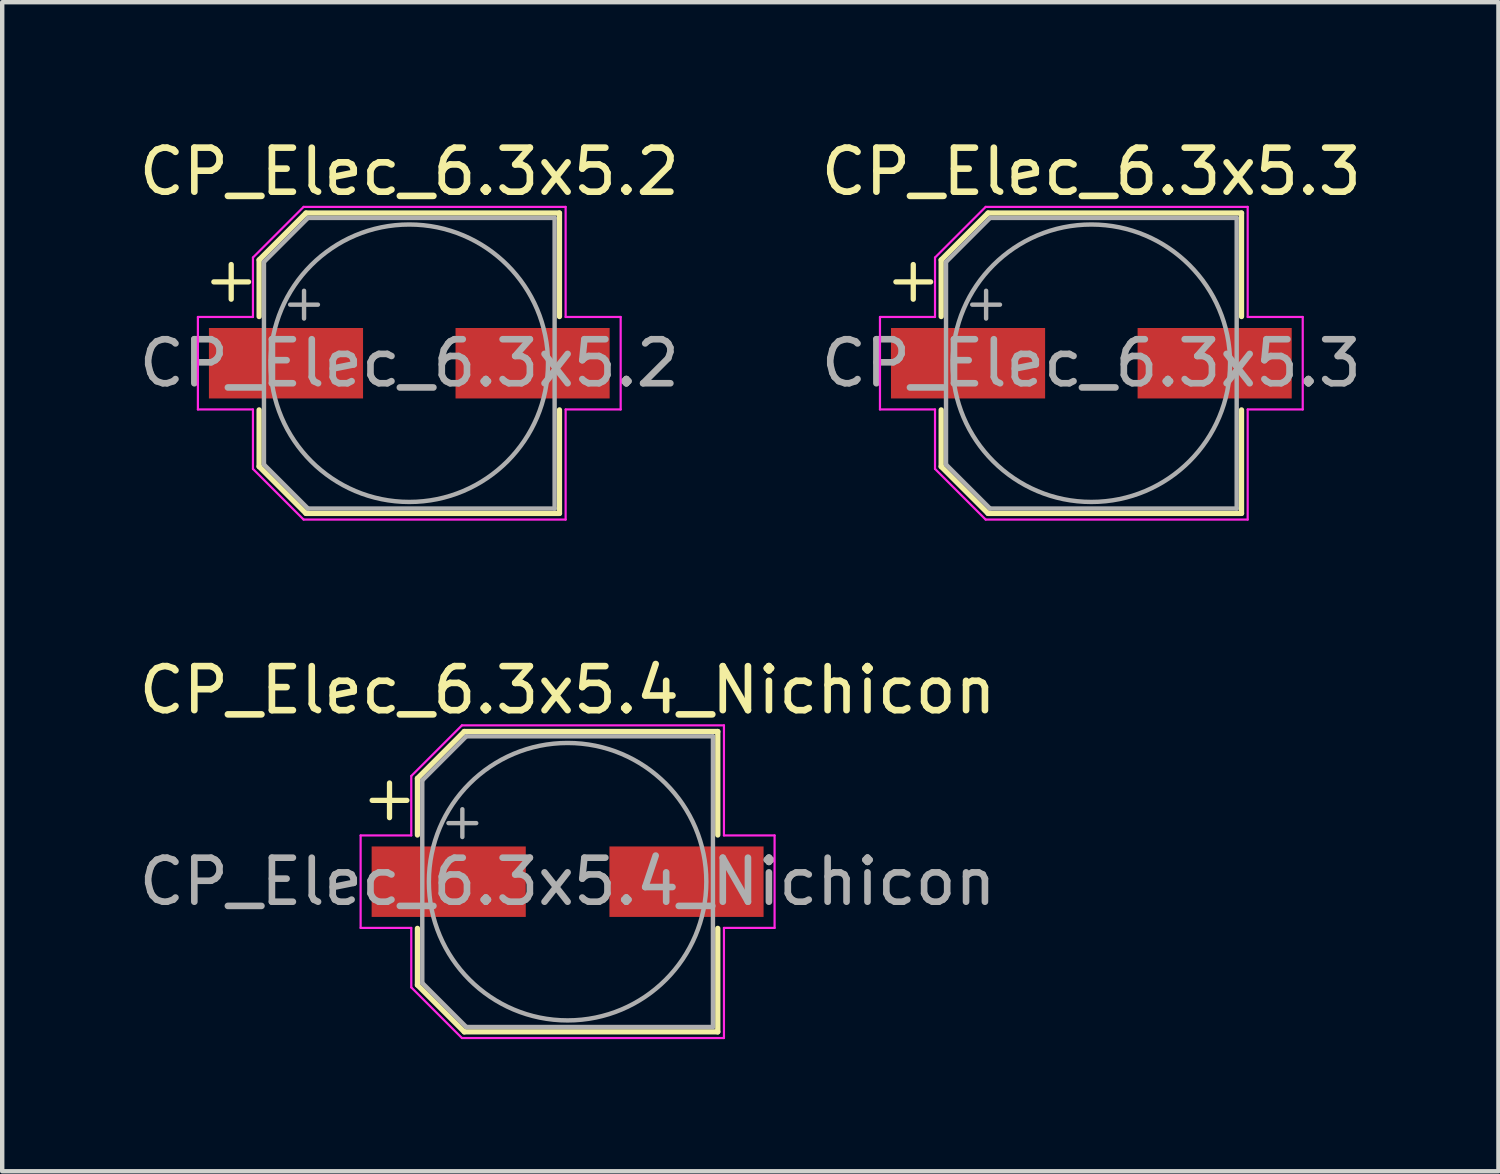
<source format=kicad_pcb>
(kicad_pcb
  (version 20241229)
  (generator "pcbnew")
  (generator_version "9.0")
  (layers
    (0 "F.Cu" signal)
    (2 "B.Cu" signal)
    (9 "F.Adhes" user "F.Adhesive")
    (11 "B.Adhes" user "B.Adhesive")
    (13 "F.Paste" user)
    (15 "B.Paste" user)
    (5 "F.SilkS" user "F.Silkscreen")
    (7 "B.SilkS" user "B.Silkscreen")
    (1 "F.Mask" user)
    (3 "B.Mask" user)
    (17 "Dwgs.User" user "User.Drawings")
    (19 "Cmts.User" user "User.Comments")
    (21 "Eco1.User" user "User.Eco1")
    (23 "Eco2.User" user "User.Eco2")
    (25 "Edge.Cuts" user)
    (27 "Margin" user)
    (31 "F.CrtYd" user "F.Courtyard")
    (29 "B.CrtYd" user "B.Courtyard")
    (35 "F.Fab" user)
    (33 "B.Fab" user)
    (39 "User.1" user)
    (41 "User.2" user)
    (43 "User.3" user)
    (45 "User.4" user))
  (footprint "CP_Elec_6.3x5.2"
    (layer "F.Cu")
    (at 6.244 5.198)
    (property "Reference" "CP_Elec_6.3x5.2" (at 0 -4.35 0) (layer "F.SilkS") (effects (font (size 1 1) (thickness 0.15))))
    (attr smd)
    (fp_line (start -4.438 -1.847) (end -3.65 -1.847) (stroke (width 0.12) (type solid)) (layer "F.SilkS"))
    (fp_line (start -4.044 -2.241) (end -4.044 -1.454) (stroke (width 0.12) (type solid)) (layer "F.SilkS"))
    (fp_line (start -3.41 -2.346) (end -3.41 -1.06) (stroke (width 0.12) (type solid)) (layer "F.SilkS"))
    (fp_line (start -3.41 -2.346) (end -2.346 -3.41) (stroke (width 0.12) (type solid)) (layer "F.SilkS"))
    (fp_line (start -3.41 2.346) (end -3.41 1.06) (stroke (width 0.12) (type solid)) (layer "F.SilkS"))
    (fp_line (start -3.41 2.346) (end -2.346 3.41) (stroke (width 0.12) (type solid)) (layer "F.SilkS"))
    (fp_line (start -2.346 -3.41) (end 3.41 -3.41) (stroke (width 0.12) (type solid)) (layer "F.SilkS"))
    (fp_line (start -2.346 3.41) (end 3.41 3.41) (stroke (width 0.12) (type solid)) (layer "F.SilkS"))
    (fp_line (start 3.41 -3.41) (end 3.41 -1.06) (stroke (width 0.12) (type solid)) (layer "F.SilkS"))
    (fp_line (start 3.41 3.41) (end 3.41 1.06) (stroke (width 0.12) (type solid)) (layer "F.SilkS"))
    (fp_line (start -4.8 -1.05) (end -4.8 1.05) (stroke (width 0.05) (type solid)) (layer "F.CrtYd"))
    (fp_line (start -4.8 1.05) (end -3.55 1.05) (stroke (width 0.05) (type solid)) (layer "F.CrtYd"))
    (fp_line (start -3.55 -2.4) (end -3.55 -1.05) (stroke (width 0.05) (type solid)) (layer "F.CrtYd"))
    (fp_line (start -3.55 -2.4) (end -2.4 -3.55) (stroke (width 0.05) (type solid)) (layer "F.CrtYd"))
    (fp_line (start -3.55 -1.05) (end -4.8 -1.05) (stroke (width 0.05) (type solid)) (layer "F.CrtYd"))
    (fp_line (start -3.55 1.05) (end -3.55 2.4) (stroke (width 0.05) (type solid)) (layer "F.CrtYd"))
    (fp_line (start -3.55 2.4) (end -2.4 3.55) (stroke (width 0.05) (type solid)) (layer "F.CrtYd"))
    (fp_line (start -2.4 -3.55) (end 3.55 -3.55) (stroke (width 0.05) (type solid)) (layer "F.CrtYd"))
    (fp_line (start -2.4 3.55) (end 3.55 3.55) (stroke (width 0.05) (type solid)) (layer "F.CrtYd"))
    (fp_line (start 3.55 -3.55) (end 3.55 -1.05) (stroke (width 0.05) (type solid)) (layer "F.CrtYd"))
    (fp_line (start 3.55 -1.05) (end 4.8 -1.05) (stroke (width 0.05) (type solid)) (layer "F.CrtYd"))
    (fp_line (start 3.55 1.05) (end 3.55 3.55) (stroke (width 0.05) (type solid)) (layer "F.CrtYd"))
    (fp_line (start 4.8 -1.05) (end 4.8 1.05) (stroke (width 0.05) (type solid)) (layer "F.CrtYd"))
    (fp_line (start 4.8 1.05) (end 3.55 1.05) (stroke (width 0.05) (type solid)) (layer "F.CrtYd"))
    (fp_line (start -3.3 -2.3) (end -3.3 2.3) (stroke (width 0.1) (type solid)) (layer "F.Fab"))
    (fp_line (start -3.3 -2.3) (end -2.3 -3.3) (stroke (width 0.1) (type solid)) (layer "F.Fab"))
    (fp_line (start -3.3 2.3) (end -2.3 3.3) (stroke (width 0.1) (type solid)) (layer "F.Fab"))
    (fp_line (start -2.705 -1.33) (end -2.075 -1.33) (stroke (width 0.1) (type solid)) (layer "F.Fab"))
    (fp_line (start -2.39 -1.645) (end -2.39 -1.015) (stroke (width 0.1) (type solid)) (layer "F.Fab"))
    (fp_line (start -2.3 -3.3) (end 3.3 -3.3) (stroke (width 0.1) (type solid)) (layer "F.Fab"))
    (fp_line (start -2.3 3.3) (end 3.3 3.3) (stroke (width 0.1) (type solid)) (layer "F.Fab"))
    (fp_line (start 3.3 -3.3) (end 3.3 3.3) (stroke (width 0.1) (type solid)) (layer "F.Fab"))
    (fp_circle (center 0 0) (end 3.15 0) (stroke (width 0.1) (type solid)) (fill no) (layer "F.Fab"))
    (fp_text user "${REFERENCE}" (at 0 0 0) (layer "F.Fab") (effects (font (size 1 1) (thickness 0.15))))
    (pad "1" smd rect (at -2.8 0) (size 3.5 1.6) (layers "F.Cu" "F.Mask" "F.Paste"))
    (pad "2" smd rect (at 2.8 0) (size 3.5 1.6) (layers "F.Cu" "F.Mask" "F.Paste")))
  (footprint "CP_Elec_6.3x5.3"
    (layer "F.Cu")
    (at 21.732 5.198)
    (property "Reference" "CP_Elec_6.3x5.3" (at 0 -4.35 0) (layer "F.SilkS") (effects (font (size 1 1) (thickness 0.15))))
    (attr smd)
    (fp_line (start -4.438 -1.847) (end -3.65 -1.847) (stroke (width 0.12) (type solid)) (layer "F.SilkS"))
    (fp_line (start -4.044 -2.241) (end -4.044 -1.454) (stroke (width 0.12) (type solid)) (layer "F.SilkS"))
    (fp_line (start -3.41 -2.346) (end -3.41 -1.06) (stroke (width 0.12) (type solid)) (layer "F.SilkS"))
    (fp_line (start -3.41 -2.346) (end -2.346 -3.41) (stroke (width 0.12) (type solid)) (layer "F.SilkS"))
    (fp_line (start -3.41 2.346) (end -3.41 1.06) (stroke (width 0.12) (type solid)) (layer "F.SilkS"))
    (fp_line (start -3.41 2.346) (end -2.346 3.41) (stroke (width 0.12) (type solid)) (layer "F.SilkS"))
    (fp_line (start -2.346 -3.41) (end 3.41 -3.41) (stroke (width 0.12) (type solid)) (layer "F.SilkS"))
    (fp_line (start -2.346 3.41) (end 3.41 3.41) (stroke (width 0.12) (type solid)) (layer "F.SilkS"))
    (fp_line (start 3.41 -3.41) (end 3.41 -1.06) (stroke (width 0.12) (type solid)) (layer "F.SilkS"))
    (fp_line (start 3.41 3.41) (end 3.41 1.06) (stroke (width 0.12) (type solid)) (layer "F.SilkS"))
    (fp_line (start -4.8 -1.05) (end -4.8 1.05) (stroke (width 0.05) (type solid)) (layer "F.CrtYd"))
    (fp_line (start -4.8 1.05) (end -3.55 1.05) (stroke (width 0.05) (type solid)) (layer "F.CrtYd"))
    (fp_line (start -3.55 -2.4) (end -3.55 -1.05) (stroke (width 0.05) (type solid)) (layer "F.CrtYd"))
    (fp_line (start -3.55 -2.4) (end -2.4 -3.55) (stroke (width 0.05) (type solid)) (layer "F.CrtYd"))
    (fp_line (start -3.55 -1.05) (end -4.8 -1.05) (stroke (width 0.05) (type solid)) (layer "F.CrtYd"))
    (fp_line (start -3.55 1.05) (end -3.55 2.4) (stroke (width 0.05) (type solid)) (layer "F.CrtYd"))
    (fp_line (start -3.55 2.4) (end -2.4 3.55) (stroke (width 0.05) (type solid)) (layer "F.CrtYd"))
    (fp_line (start -2.4 -3.55) (end 3.55 -3.55) (stroke (width 0.05) (type solid)) (layer "F.CrtYd"))
    (fp_line (start -2.4 3.55) (end 3.55 3.55) (stroke (width 0.05) (type solid)) (layer "F.CrtYd"))
    (fp_line (start 3.55 -3.55) (end 3.55 -1.05) (stroke (width 0.05) (type solid)) (layer "F.CrtYd"))
    (fp_line (start 3.55 -1.05) (end 4.8 -1.05) (stroke (width 0.05) (type solid)) (layer "F.CrtYd"))
    (fp_line (start 3.55 1.05) (end 3.55 3.55) (stroke (width 0.05) (type solid)) (layer "F.CrtYd"))
    (fp_line (start 4.8 -1.05) (end 4.8 1.05) (stroke (width 0.05) (type solid)) (layer "F.CrtYd"))
    (fp_line (start 4.8 1.05) (end 3.55 1.05) (stroke (width 0.05) (type solid)) (layer "F.CrtYd"))
    (fp_line (start -3.3 -2.3) (end -3.3 2.3) (stroke (width 0.1) (type solid)) (layer "F.Fab"))
    (fp_line (start -3.3 -2.3) (end -2.3 -3.3) (stroke (width 0.1) (type solid)) (layer "F.Fab"))
    (fp_line (start -3.3 2.3) (end -2.3 3.3) (stroke (width 0.1) (type solid)) (layer "F.Fab"))
    (fp_line (start -2.705 -1.33) (end -2.075 -1.33) (stroke (width 0.1) (type solid)) (layer "F.Fab"))
    (fp_line (start -2.39 -1.645) (end -2.39 -1.015) (stroke (width 0.1) (type solid)) (layer "F.Fab"))
    (fp_line (start -2.3 -3.3) (end 3.3 -3.3) (stroke (width 0.1) (type solid)) (layer "F.Fab"))
    (fp_line (start -2.3 3.3) (end 3.3 3.3) (stroke (width 0.1) (type solid)) (layer "F.Fab"))
    (fp_line (start 3.3 -3.3) (end 3.3 3.3) (stroke (width 0.1) (type solid)) (layer "F.Fab"))
    (fp_circle (center 0 0) (end 3.15 0) (stroke (width 0.1) (type solid)) (fill no) (layer "F.Fab"))
    (fp_text user "${REFERENCE}" (at 0 0 0) (layer "F.Fab") (effects (font (size 1 1) (thickness 0.15))))
    (pad "1" smd rect (at -2.8 0) (size 3.5 1.6) (layers "F.Cu" "F.Mask" "F.Paste"))
    (pad "2" smd rect (at 2.8 0) (size 3.5 1.6) (layers "F.Cu" "F.Mask" "F.Paste")))
  (footprint "CP_Elec_6.3x5.4_Nichicon"
    (layer "F.Cu")
    (at 9.839 16.971)
    (property "Reference" "CP_Elec_6.3x5.4_Nichicon" (at 0 -4.35 0) (layer "F.SilkS") (effects (font (size 1 1) (thickness 0.15))))
    (attr smd)
    (fp_line (start -4.438 -1.847) (end -3.65 -1.847) (stroke (width 0.12) (type solid)) (layer "F.SilkS"))
    (fp_line (start -4.044 -2.241) (end -4.044 -1.454) (stroke (width 0.12) (type solid)) (layer "F.SilkS"))
    (fp_line (start -3.41 -2.346) (end -3.41 -1.06) (stroke (width 0.12) (type solid)) (layer "F.SilkS"))
    (fp_line (start -3.41 -2.346) (end -2.346 -3.41) (stroke (width 0.12) (type solid)) (layer "F.SilkS"))
    (fp_line (start -3.41 2.346) (end -3.41 1.06) (stroke (width 0.12) (type solid)) (layer "F.SilkS"))
    (fp_line (start -3.41 2.346) (end -2.346 3.41) (stroke (width 0.12) (type solid)) (layer "F.SilkS"))
    (fp_line (start -2.346 -3.41) (end 3.41 -3.41) (stroke (width 0.12) (type solid)) (layer "F.SilkS"))
    (fp_line (start -2.346 3.41) (end 3.41 3.41) (stroke (width 0.12) (type solid)) (layer "F.SilkS"))
    (fp_line (start 3.41 -3.41) (end 3.41 -1.06) (stroke (width 0.12) (type solid)) (layer "F.SilkS"))
    (fp_line (start 3.41 3.41) (end 3.41 1.06) (stroke (width 0.12) (type solid)) (layer "F.SilkS"))
    (fp_line (start -4.7 -1.05) (end -4.7 1.05) (stroke (width 0.05) (type solid)) (layer "F.CrtYd"))
    (fp_line (start -4.7 1.05) (end -3.55 1.05) (stroke (width 0.05) (type solid)) (layer "F.CrtYd"))
    (fp_line (start -3.55 -2.4) (end -3.55 -1.05) (stroke (width 0.05) (type solid)) (layer "F.CrtYd"))
    (fp_line (start -3.55 -2.4) (end -2.4 -3.55) (stroke (width 0.05) (type solid)) (layer "F.CrtYd"))
    (fp_line (start -3.55 -1.05) (end -4.7 -1.05) (stroke (width 0.05) (type solid)) (layer "F.CrtYd"))
    (fp_line (start -3.55 1.05) (end -3.55 2.4) (stroke (width 0.05) (type solid)) (layer "F.CrtYd"))
    (fp_line (start -3.55 2.4) (end -2.4 3.55) (stroke (width 0.05) (type solid)) (layer "F.CrtYd"))
    (fp_line (start -2.4 -3.55) (end 3.55 -3.55) (stroke (width 0.05) (type solid)) (layer "F.CrtYd"))
    (fp_line (start -2.4 3.55) (end 3.55 3.55) (stroke (width 0.05) (type solid)) (layer "F.CrtYd"))
    (fp_line (start 3.55 -3.55) (end 3.55 -1.05) (stroke (width 0.05) (type solid)) (layer "F.CrtYd"))
    (fp_line (start 3.55 -1.05) (end 4.7 -1.05) (stroke (width 0.05) (type solid)) (layer "F.CrtYd"))
    (fp_line (start 3.55 1.05) (end 3.55 3.55) (stroke (width 0.05) (type solid)) (layer "F.CrtYd"))
    (fp_line (start 4.7 -1.05) (end 4.7 1.05) (stroke (width 0.05) (type solid)) (layer "F.CrtYd"))
    (fp_line (start 4.7 1.05) (end 3.55 1.05) (stroke (width 0.05) (type solid)) (layer "F.CrtYd"))
    (fp_line (start -3.3 -2.3) (end -3.3 2.3) (stroke (width 0.1) (type solid)) (layer "F.Fab"))
    (fp_line (start -3.3 -2.3) (end -2.3 -3.3) (stroke (width 0.1) (type solid)) (layer "F.Fab"))
    (fp_line (start -3.3 2.3) (end -2.3 3.3) (stroke (width 0.1) (type solid)) (layer "F.Fab"))
    (fp_line (start -2.705 -1.33) (end -2.075 -1.33) (stroke (width 0.1) (type solid)) (layer "F.Fab"))
    (fp_line (start -2.39 -1.645) (end -2.39 -1.015) (stroke (width 0.1) (type solid)) (layer "F.Fab"))
    (fp_line (start -2.3 -3.3) (end 3.3 -3.3) (stroke (width 0.1) (type solid)) (layer "F.Fab"))
    (fp_line (start -2.3 3.3) (end 3.3 3.3) (stroke (width 0.1) (type solid)) (layer "F.Fab"))
    (fp_line (start 3.3 -3.3) (end 3.3 3.3) (stroke (width 0.1) (type solid)) (layer "F.Fab"))
    (fp_circle (center 0 0) (end 3.15 0) (stroke (width 0.1) (type solid)) (fill no) (layer "F.Fab"))
    (fp_text user "${REFERENCE}" (at 0 0 0) (layer "F.Fab") (effects (font (size 1 1) (thickness 0.15))))
    (pad "1" smd rect (at -2.7 0) (size 3.5 1.6) (layers "F.Cu" "F.Mask" "F.Paste"))
    (pad "2" smd rect (at 2.7 0) (size 3.5 1.6) (layers "F.Cu" "F.Mask" "F.Paste")))
  (gr_rect
    (start -3 -3)
    (end 30.976 23.547)
    (stroke (width 0.1) (type default))
    (fill no)
    (layer "Edge.Cuts")))
</source>
